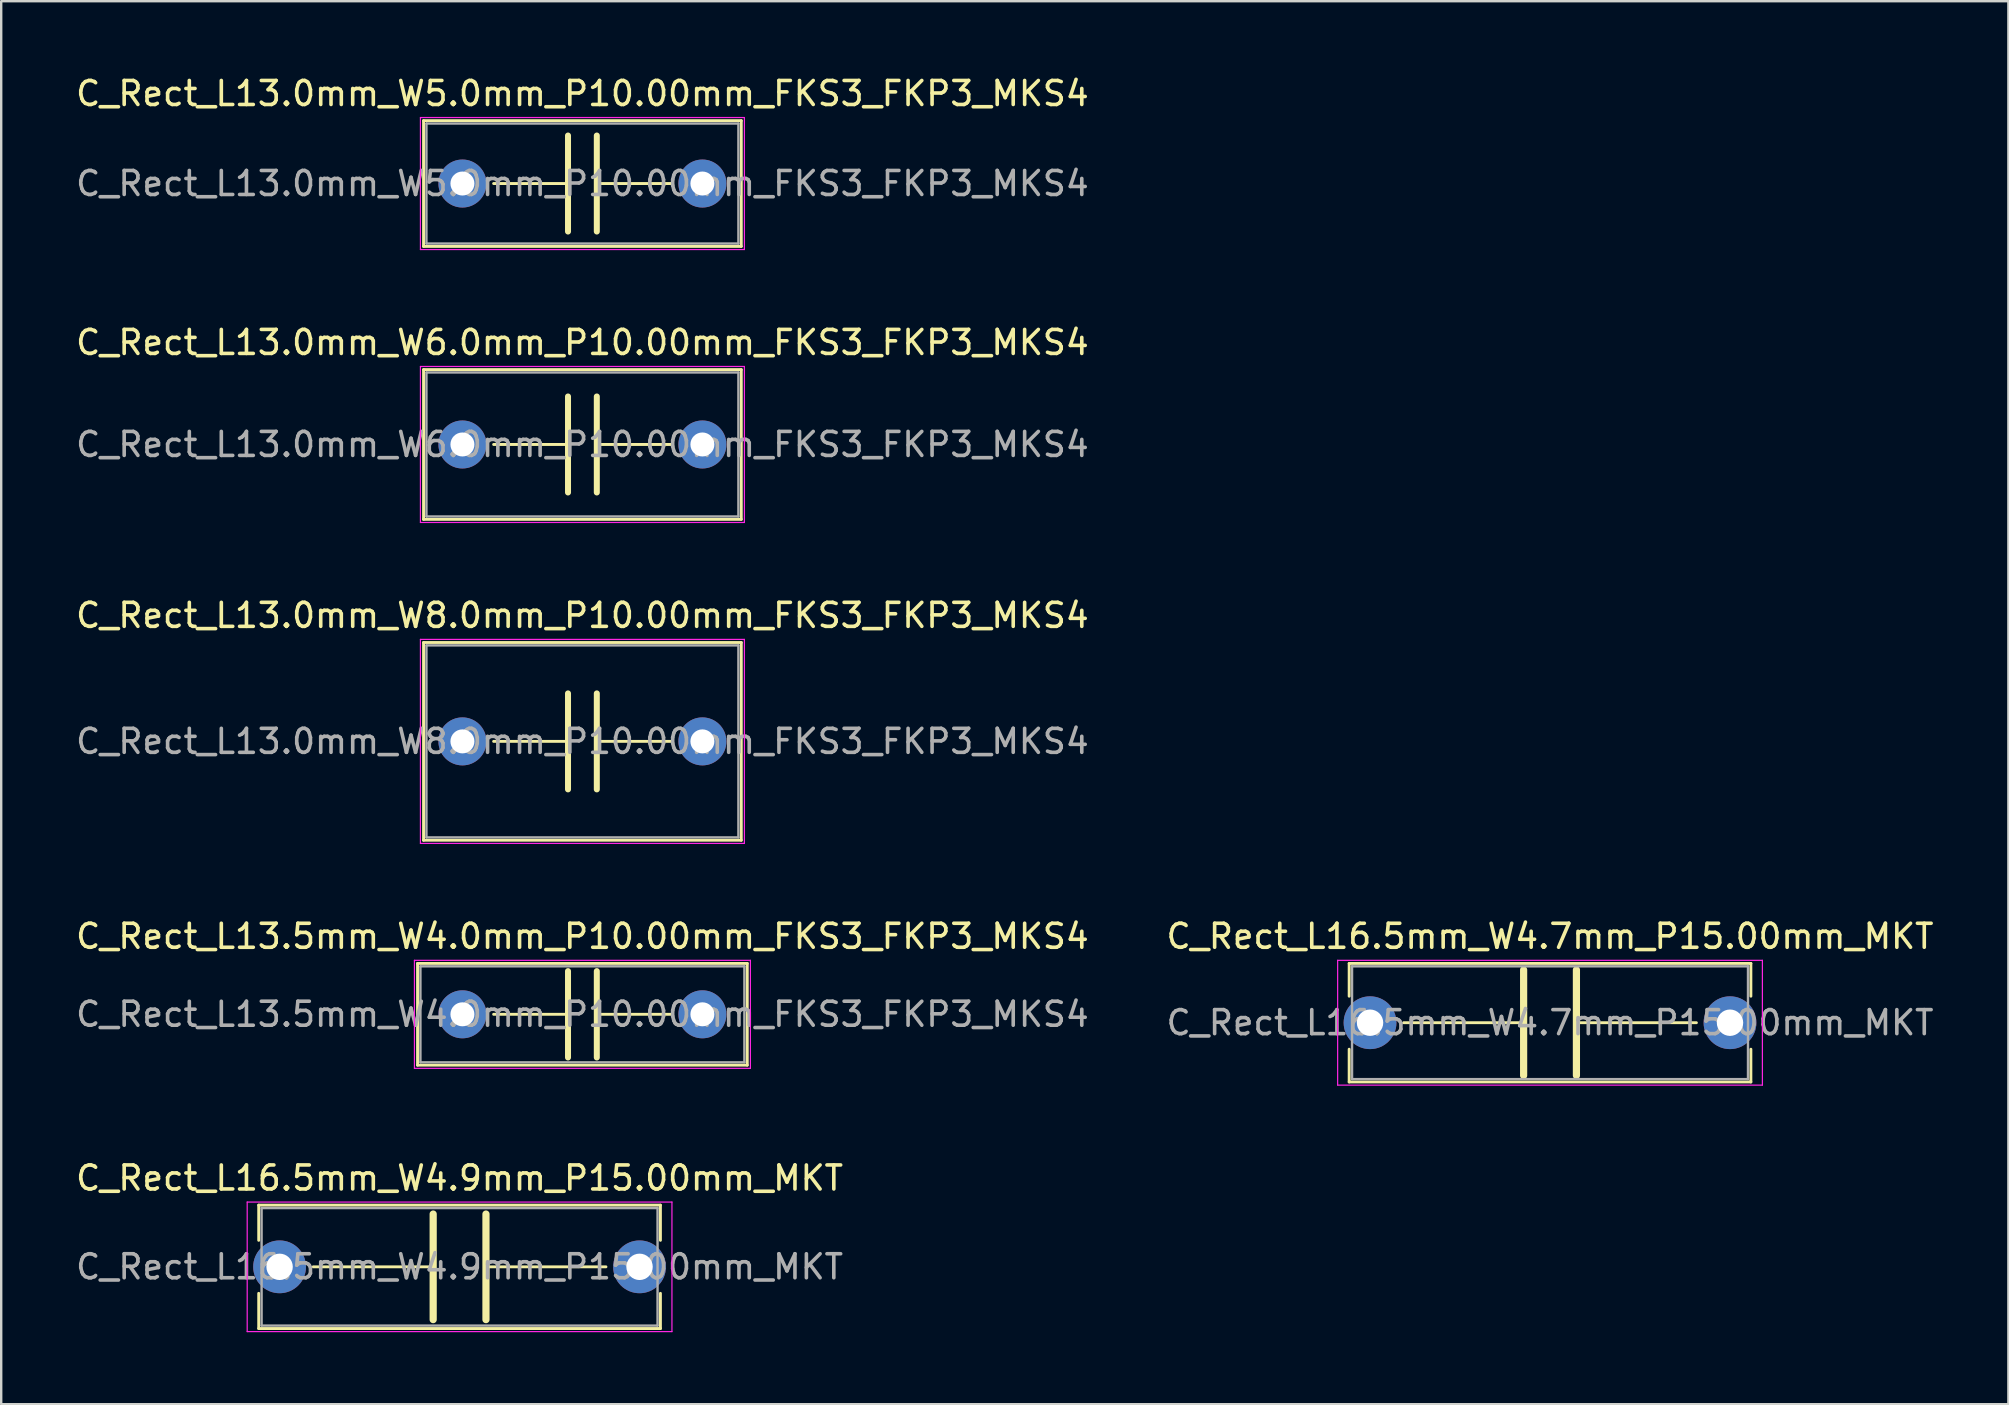
<source format=kicad_pcb>
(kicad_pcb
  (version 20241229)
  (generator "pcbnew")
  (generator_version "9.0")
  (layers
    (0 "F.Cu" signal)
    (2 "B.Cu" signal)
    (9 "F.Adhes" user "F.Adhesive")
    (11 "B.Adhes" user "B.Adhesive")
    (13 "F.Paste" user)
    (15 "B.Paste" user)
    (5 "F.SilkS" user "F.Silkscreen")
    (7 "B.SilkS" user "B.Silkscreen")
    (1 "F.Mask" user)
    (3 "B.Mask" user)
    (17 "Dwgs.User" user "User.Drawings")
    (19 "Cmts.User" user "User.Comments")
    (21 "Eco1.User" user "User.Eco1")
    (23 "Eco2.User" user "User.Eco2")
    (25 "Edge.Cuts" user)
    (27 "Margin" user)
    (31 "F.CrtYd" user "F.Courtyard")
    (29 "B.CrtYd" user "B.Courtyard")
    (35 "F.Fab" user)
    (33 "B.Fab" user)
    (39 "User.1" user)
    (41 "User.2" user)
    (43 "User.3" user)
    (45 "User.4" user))
  (footprint "C_Rect_L16.5mm_W4.7mm_P15.00mm_MKT"
    (layer "F.Cu")
    (at 54.042 39.568)
    (property "Reference" "C_Rect_L16.5mm_W4.7mm_P15.00mm_MKT" (at 7.5 -3.6 0) (layer "F.SilkS") (effects (font (size 1 1) (thickness 0.15))))
    (attr through_hole)
    (fp_line (start -0.87 -2.47) (end -0.87 -1.104) (stroke (width 0.12) (type solid)) (layer "F.SilkS"))
    (fp_line (start -0.87 -2.47) (end 15.87 -2.47) (stroke (width 0.12) (type solid)) (layer "F.SilkS"))
    (fp_line (start -0.87 1.104) (end -0.87 2.47) (stroke (width 0.12) (type solid)) (layer "F.SilkS"))
    (fp_line (start -0.87 2.47) (end 15.87 2.47) (stroke (width 0.12) (type solid)) (layer "F.SilkS"))
    (fp_line (start 1.4 0) (end 6.4 0) (stroke (width 0.12) (type solid)) (layer "F.SilkS"))
    (fp_line (start 6.4 -2.2) (end 6.4 2.2) (stroke (width 0.3) (type solid)) (layer "F.SilkS"))
    (fp_line (start 8.6 -2.2) (end 8.6 2.2) (stroke (width 0.3) (type solid)) (layer "F.SilkS"))
    (fp_line (start 8.6 0) (end 13.6 0) (stroke (width 0.12) (type solid)) (layer "F.SilkS"))
    (fp_line (start 15.87 -2.47) (end 15.87 -1.104) (stroke (width 0.12) (type solid)) (layer "F.SilkS"))
    (fp_line (start 15.87 1.104) (end 15.87 2.47) (stroke (width 0.12) (type solid)) (layer "F.SilkS"))
    (fp_line (start -1.35 -2.6) (end -1.35 2.6) (stroke (width 0.05) (type solid)) (layer "F.CrtYd"))
    (fp_line (start -1.35 2.6) (end 16.35 2.6) (stroke (width 0.05) (type solid)) (layer "F.CrtYd"))
    (fp_line (start 16.35 -2.6) (end -1.35 -2.6) (stroke (width 0.05) (type solid)) (layer "F.CrtYd"))
    (fp_line (start 16.35 2.6) (end 16.35 -2.6) (stroke (width 0.05) (type solid)) (layer "F.CrtYd"))
    (fp_line (start -0.75 -2.35) (end -0.75 2.35) (stroke (width 0.1) (type solid)) (layer "F.Fab"))
    (fp_line (start -0.75 2.35) (end 15.75 2.35) (stroke (width 0.1) (type solid)) (layer "F.Fab"))
    (fp_line (start 15.75 -2.35) (end -0.75 -2.35) (stroke (width 0.1) (type solid)) (layer "F.Fab"))
    (fp_line (start 15.75 2.35) (end 15.75 -2.35) (stroke (width 0.1) (type solid)) (layer "F.Fab"))
    (fp_text user "${REFERENCE}" (at 7.5 0 0) (layer "F.Fab") (effects (font (size 1 1) (thickness 0.15))))
    (pad "1" thru_hole circle (at 0 0) (size 2.2 2.2) (drill 1.1) (layers "*.Cu" "*.Mask"))
    (pad "2" thru_hole circle (at 15 0) (size 2.2 2.2) (drill 1.1) (layers "*.Cu" "*.Mask")))
  (footprint "C_Rect_L13.0mm_W8.0mm_P10.00mm_FKS3_FKP3_MKS4"
    (layer "F.Cu")
    (at 16.22 27.845)
    (property "Reference" "C_Rect_L13.0mm_W8.0mm_P10.00mm_FKS3_FKP3_MKS4" (at 5 -5.25 0) (layer "F.SilkS") (effects (font (size 1 1) (thickness 0.15))))
    (attr through_hole)
    (fp_line (start -1.62 -4.12) (end -1.62 4.12) (stroke (width 0.12) (type solid)) (layer "F.SilkS"))
    (fp_line (start -1.62 -4.12) (end 11.62 -4.12) (stroke (width 0.12) (type solid)) (layer "F.SilkS"))
    (fp_line (start -1.62 4.12) (end 11.62 4.12) (stroke (width 0.12) (type solid)) (layer "F.SilkS"))
    (fp_line (start 1.3 0) (end 4.4 0) (stroke (width 0.12) (type solid)) (layer "F.SilkS"))
    (fp_line (start 4.4 2) (end 4.4 -2) (stroke (width 0.25) (type solid)) (layer "F.SilkS"))
    (fp_line (start 5.6 2) (end 5.6 -2) (stroke (width 0.25) (type solid)) (layer "F.SilkS"))
    (fp_line (start 8.7 0) (end 5.6 0) (stroke (width 0.12) (type solid)) (layer "F.SilkS"))
    (fp_line (start 11.62 -4.12) (end 11.62 4.12) (stroke (width 0.12) (type solid)) (layer "F.SilkS"))
    (fp_line (start -1.75 -4.25) (end -1.75 4.25) (stroke (width 0.05) (type solid)) (layer "F.CrtYd"))
    (fp_line (start -1.75 4.25) (end 11.75 4.25) (stroke (width 0.05) (type solid)) (layer "F.CrtYd"))
    (fp_line (start 11.75 -4.25) (end -1.75 -4.25) (stroke (width 0.05) (type solid)) (layer "F.CrtYd"))
    (fp_line (start 11.75 4.25) (end 11.75 -4.25) (stroke (width 0.05) (type solid)) (layer "F.CrtYd"))
    (fp_line (start -1.5 -4) (end -1.5 4) (stroke (width 0.1) (type solid)) (layer "F.Fab"))
    (fp_line (start -1.5 4) (end 11.5 4) (stroke (width 0.1) (type solid)) (layer "F.Fab"))
    (fp_line (start 11.5 -4) (end -1.5 -4) (stroke (width 0.1) (type solid)) (layer "F.Fab"))
    (fp_line (start 11.5 4) (end 11.5 -4) (stroke (width 0.1) (type solid)) (layer "F.Fab"))
    (fp_text user "${REFERENCE}" (at 5 0 0) (layer "F.Fab") (effects (font (size 1 1) (thickness 0.15))))
    (pad "1" thru_hole circle (at 0 0) (size 2 2) (drill 1) (layers "*.Cu" "*.Mask"))
    (pad "2" thru_hole circle (at 10 0) (size 2 2) (drill 1) (layers "*.Cu" "*.Mask")))
  (footprint "C_Rect_L13.5mm_W4.0mm_P10.00mm_FKS3_FKP3_MKS4"
    (layer "F.Cu")
    (at 16.22 39.218)
    (property "Reference" "C_Rect_L13.5mm_W4.0mm_P10.00mm_FKS3_FKP3_MKS4" (at 5 -3.25 0) (layer "F.SilkS") (effects (font (size 1 1) (thickness 0.15))))
    (attr through_hole)
    (fp_line (start -1.87 -2.12) (end -1.87 2.12) (stroke (width 0.12) (type solid)) (layer "F.SilkS"))
    (fp_line (start -1.87 -2.12) (end 11.87 -2.12) (stroke (width 0.12) (type solid)) (layer "F.SilkS"))
    (fp_line (start -1.87 2.12) (end 11.87 2.12) (stroke (width 0.12) (type solid)) (layer "F.SilkS"))
    (fp_line (start 1.3 0) (end 4.4 0) (stroke (width 0.12) (type solid)) (layer "F.SilkS"))
    (fp_line (start 4.4 1.8) (end 4.4 -1.8) (stroke (width 0.25) (type solid)) (layer "F.SilkS"))
    (fp_line (start 5.6 1.8) (end 5.6 -1.8) (stroke (width 0.25) (type solid)) (layer "F.SilkS"))
    (fp_line (start 8.7 0) (end 5.6 0) (stroke (width 0.12) (type solid)) (layer "F.SilkS"))
    (fp_line (start 11.87 -2.12) (end 11.87 2.12) (stroke (width 0.12) (type solid)) (layer "F.SilkS"))
    (fp_line (start -2 -2.25) (end -2 2.25) (stroke (width 0.05) (type solid)) (layer "F.CrtYd"))
    (fp_line (start -2 2.25) (end 12 2.25) (stroke (width 0.05) (type solid)) (layer "F.CrtYd"))
    (fp_line (start 12 -2.25) (end -2 -2.25) (stroke (width 0.05) (type solid)) (layer "F.CrtYd"))
    (fp_line (start 12 2.25) (end 12 -2.25) (stroke (width 0.05) (type solid)) (layer "F.CrtYd"))
    (fp_line (start -1.75 -2) (end -1.75 2) (stroke (width 0.1) (type solid)) (layer "F.Fab"))
    (fp_line (start -1.75 2) (end 11.75 2) (stroke (width 0.1) (type solid)) (layer "F.Fab"))
    (fp_line (start 11.75 -2) (end -1.75 -2) (stroke (width 0.1) (type solid)) (layer "F.Fab"))
    (fp_line (start 11.75 2) (end 11.75 -2) (stroke (width 0.1) (type solid)) (layer "F.Fab"))
    (fp_text user "${REFERENCE}" (at 5 0 0) (layer "F.Fab") (effects (font (size 1 1) (thickness 0.15))))
    (pad "1" thru_hole circle (at 0 0) (size 2 2) (drill 1) (layers "*.Cu" "*.Mask"))
    (pad "2" thru_hole circle (at 10 0) (size 2 2) (drill 1) (layers "*.Cu" "*.Mask")))
  (footprint "C_Rect_L16.5mm_W4.9mm_P15.00mm_MKT"
    (layer "F.Cu")
    (at 8.601 49.741)
    (property "Reference" "C_Rect_L16.5mm_W4.9mm_P15.00mm_MKT" (at 7.5 -3.7 0) (layer "F.SilkS") (effects (font (size 1 1) (thickness 0.15))))
    (attr through_hole)
    (fp_line (start -0.87 -2.571) (end -0.87 -1.104) (stroke (width 0.12) (type solid)) (layer "F.SilkS"))
    (fp_line (start -0.87 -2.571) (end 15.87 -2.571) (stroke (width 0.12) (type solid)) (layer "F.SilkS"))
    (fp_line (start -0.87 1.104) (end -0.87 2.571) (stroke (width 0.12) (type solid)) (layer "F.SilkS"))
    (fp_line (start -0.87 2.571) (end 15.87 2.571) (stroke (width 0.12) (type solid)) (layer "F.SilkS"))
    (fp_line (start 1.4 0) (end 6.4 0) (stroke (width 0.12) (type solid)) (layer "F.SilkS"))
    (fp_line (start 6.4 -2.2) (end 6.4 2.2) (stroke (width 0.3) (type solid)) (layer "F.SilkS"))
    (fp_line (start 8.6 -2.2) (end 8.6 2.2) (stroke (width 0.3) (type solid)) (layer "F.SilkS"))
    (fp_line (start 8.6 0) (end 13.6 0) (stroke (width 0.12) (type solid)) (layer "F.SilkS"))
    (fp_line (start 15.87 -2.571) (end 15.87 -1.104) (stroke (width 0.12) (type solid)) (layer "F.SilkS"))
    (fp_line (start 15.87 1.104) (end 15.87 2.571) (stroke (width 0.12) (type solid)) (layer "F.SilkS"))
    (fp_line (start -1.35 -2.7) (end -1.35 2.7) (stroke (width 0.05) (type solid)) (layer "F.CrtYd"))
    (fp_line (start -1.35 2.7) (end 16.35 2.7) (stroke (width 0.05) (type solid)) (layer "F.CrtYd"))
    (fp_line (start 16.35 -2.7) (end -1.35 -2.7) (stroke (width 0.05) (type solid)) (layer "F.CrtYd"))
    (fp_line (start 16.35 2.7) (end 16.35 -2.7) (stroke (width 0.05) (type solid)) (layer "F.CrtYd"))
    (fp_line (start -0.75 -2.45) (end -0.75 2.45) (stroke (width 0.1) (type solid)) (layer "F.Fab"))
    (fp_line (start -0.75 2.45) (end 15.75 2.45) (stroke (width 0.1) (type solid)) (layer "F.Fab"))
    (fp_line (start 15.75 -2.45) (end -0.75 -2.45) (stroke (width 0.1) (type solid)) (layer "F.Fab"))
    (fp_line (start 15.75 2.45) (end 15.75 -2.45) (stroke (width 0.1) (type solid)) (layer "F.Fab"))
    (fp_text user "${REFERENCE}" (at 7.5 0 0) (layer "F.Fab") (effects (font (size 1 1) (thickness 0.15))))
    (pad "1" thru_hole circle (at 0 0) (size 2.2 2.2) (drill 1.1) (layers "*.Cu" "*.Mask"))
    (pad "2" thru_hole circle (at 15 0) (size 2.2 2.2) (drill 1.1) (layers "*.Cu" "*.Mask")))
  (footprint "C_Rect_L13.0mm_W6.0mm_P10.00mm_FKS3_FKP3_MKS4"
    (layer "F.Cu")
    (at 16.22 15.472)
    (property "Reference" "C_Rect_L13.0mm_W6.0mm_P10.00mm_FKS3_FKP3_MKS4" (at 5 -4.25 0) (layer "F.SilkS") (effects (font (size 1 1) (thickness 0.15))))
    (attr through_hole)
    (fp_line (start -1.62 -3.12) (end -1.62 3.12) (stroke (width 0.12) (type solid)) (layer "F.SilkS"))
    (fp_line (start -1.62 -3.12) (end 11.62 -3.12) (stroke (width 0.12) (type solid)) (layer "F.SilkS"))
    (fp_line (start -1.62 3.12) (end 11.62 3.12) (stroke (width 0.12) (type solid)) (layer "F.SilkS"))
    (fp_line (start 1.3 0) (end 4.4 0) (stroke (width 0.12) (type solid)) (layer "F.SilkS"))
    (fp_line (start 4.4 2) (end 4.4 -2) (stroke (width 0.25) (type solid)) (layer "F.SilkS"))
    (fp_line (start 5.6 2) (end 5.6 -2) (stroke (width 0.25) (type solid)) (layer "F.SilkS"))
    (fp_line (start 8.7 0) (end 5.6 0) (stroke (width 0.12) (type solid)) (layer "F.SilkS"))
    (fp_line (start 11.62 -3.12) (end 11.62 3.12) (stroke (width 0.12) (type solid)) (layer "F.SilkS"))
    (fp_line (start -1.75 -3.25) (end -1.75 3.25) (stroke (width 0.05) (type solid)) (layer "F.CrtYd"))
    (fp_line (start -1.75 3.25) (end 11.75 3.25) (stroke (width 0.05) (type solid)) (layer "F.CrtYd"))
    (fp_line (start 11.75 -3.25) (end -1.75 -3.25) (stroke (width 0.05) (type solid)) (layer "F.CrtYd"))
    (fp_line (start 11.75 3.25) (end 11.75 -3.25) (stroke (width 0.05) (type solid)) (layer "F.CrtYd"))
    (fp_line (start -1.5 -3) (end -1.5 3) (stroke (width 0.1) (type solid)) (layer "F.Fab"))
    (fp_line (start -1.5 3) (end 11.5 3) (stroke (width 0.1) (type solid)) (layer "F.Fab"))
    (fp_line (start 11.5 -3) (end -1.5 -3) (stroke (width 0.1) (type solid)) (layer "F.Fab"))
    (fp_line (start 11.5 3) (end 11.5 -3) (stroke (width 0.1) (type solid)) (layer "F.Fab"))
    (fp_text user "${REFERENCE}" (at 5 0 0) (layer "F.Fab") (effects (font (size 1 1) (thickness 0.15))))
    (pad "1" thru_hole circle (at 0 0) (size 2 2) (drill 1) (layers "*.Cu" "*.Mask"))
    (pad "2" thru_hole circle (at 10 0) (size 2 2) (drill 1) (layers "*.Cu" "*.Mask")))
  (footprint "C_Rect_L13.0mm_W5.0mm_P10.00mm_FKS3_FKP3_MKS4"
    (layer "F.Cu")
    (at 16.22 4.598)
    (property "Reference" "C_Rect_L13.0mm_W5.0mm_P10.00mm_FKS3_FKP3_MKS4" (at 5 -3.75 0) (layer "F.SilkS") (effects (font (size 1 1) (thickness 0.15))))
    (attr through_hole)
    (fp_line (start -1.62 -2.62) (end -1.62 2.62) (stroke (width 0.12) (type solid)) (layer "F.SilkS"))
    (fp_line (start -1.62 -2.62) (end 11.62 -2.62) (stroke (width 0.12) (type solid)) (layer "F.SilkS"))
    (fp_line (start -1.62 2.62) (end 11.62 2.62) (stroke (width 0.12) (type solid)) (layer "F.SilkS"))
    (fp_line (start 1.3 0) (end 4.4 0) (stroke (width 0.12) (type solid)) (layer "F.SilkS"))
    (fp_line (start 4.4 2) (end 4.4 -2) (stroke (width 0.25) (type solid)) (layer "F.SilkS"))
    (fp_line (start 5.6 2) (end 5.6 -2) (stroke (width 0.25) (type solid)) (layer "F.SilkS"))
    (fp_line (start 8.7 0) (end 5.6 0) (stroke (width 0.12) (type solid)) (layer "F.SilkS"))
    (fp_line (start 11.62 -2.62) (end 11.62 2.62) (stroke (width 0.12) (type solid)) (layer "F.SilkS"))
    (fp_line (start -1.75 -2.75) (end -1.75 2.75) (stroke (width 0.05) (type solid)) (layer "F.CrtYd"))
    (fp_line (start -1.75 2.75) (end 11.75 2.75) (stroke (width 0.05) (type solid)) (layer "F.CrtYd"))
    (fp_line (start 11.75 -2.75) (end -1.75 -2.75) (stroke (width 0.05) (type solid)) (layer "F.CrtYd"))
    (fp_line (start 11.75 2.75) (end 11.75 -2.75) (stroke (width 0.05) (type solid)) (layer "F.CrtYd"))
    (fp_line (start -1.5 -2.5) (end -1.5 2.5) (stroke (width 0.1) (type solid)) (layer "F.Fab"))
    (fp_line (start -1.5 2.5) (end 11.5 2.5) (stroke (width 0.1) (type solid)) (layer "F.Fab"))
    (fp_line (start 11.5 -2.5) (end -1.5 -2.5) (stroke (width 0.1) (type solid)) (layer "F.Fab"))
    (fp_line (start 11.5 2.5) (end 11.5 -2.5) (stroke (width 0.1) (type solid)) (layer "F.Fab"))
    (fp_text user "${REFERENCE}" (at 5 0 0) (layer "F.Fab") (effects (font (size 1 1) (thickness 0.15))))
    (pad "1" thru_hole circle (at 0 0) (size 2 2) (drill 1) (layers "*.Cu" "*.Mask"))
    (pad "2" thru_hole circle (at 10 0) (size 2 2) (drill 1) (layers "*.Cu" "*.Mask")))
  (gr_rect
    (start -3 -3)
    (end 80.643 55.466)
    (stroke (width 0.1) (type default))
    (fill no)
    (layer "Edge.Cuts")))
</source>
